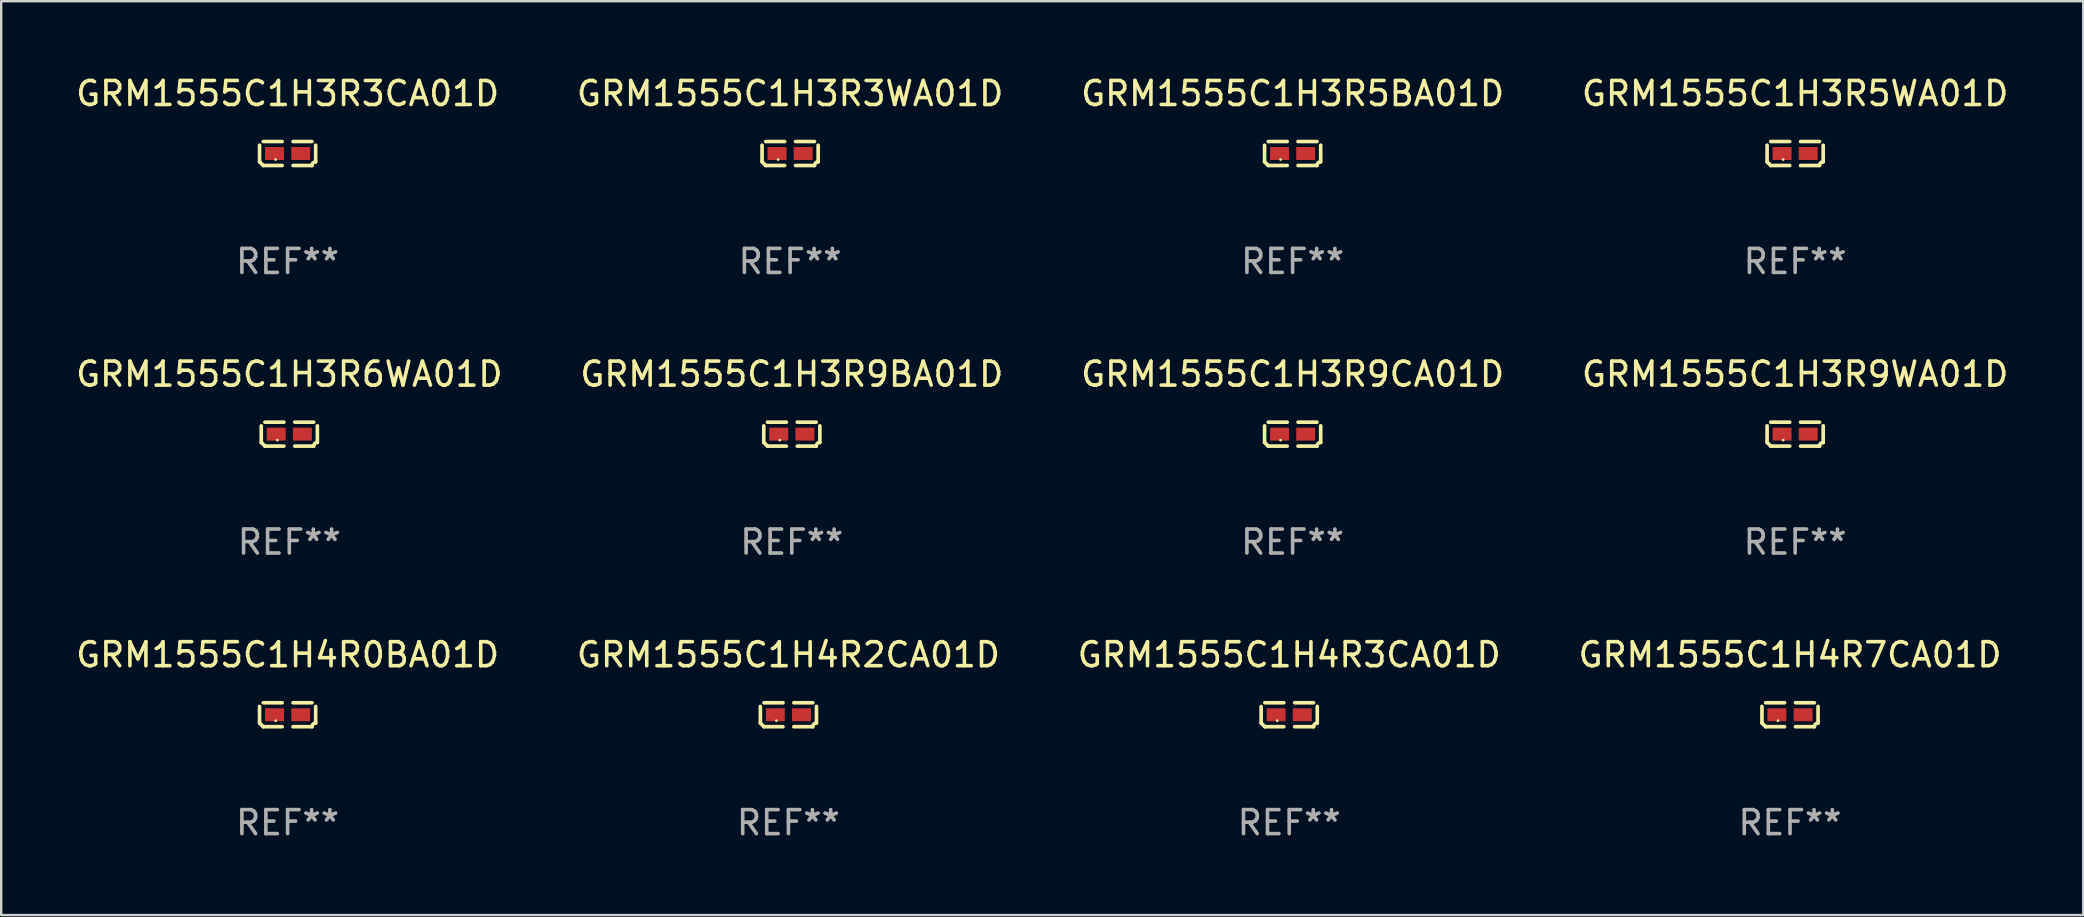
<source format=kicad_pcb>
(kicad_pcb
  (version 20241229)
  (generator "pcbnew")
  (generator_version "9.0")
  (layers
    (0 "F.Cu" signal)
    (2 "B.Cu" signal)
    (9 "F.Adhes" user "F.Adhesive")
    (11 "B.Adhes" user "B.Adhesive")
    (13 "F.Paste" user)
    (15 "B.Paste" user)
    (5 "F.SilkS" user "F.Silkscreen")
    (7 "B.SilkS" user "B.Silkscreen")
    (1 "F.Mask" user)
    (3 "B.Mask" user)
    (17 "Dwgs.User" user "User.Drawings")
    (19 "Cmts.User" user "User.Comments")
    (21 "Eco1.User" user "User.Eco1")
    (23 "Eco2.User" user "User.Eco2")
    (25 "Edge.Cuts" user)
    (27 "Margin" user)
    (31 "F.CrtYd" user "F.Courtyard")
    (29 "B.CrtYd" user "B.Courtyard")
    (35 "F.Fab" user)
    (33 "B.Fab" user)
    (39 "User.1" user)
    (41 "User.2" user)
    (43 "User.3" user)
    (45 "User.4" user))
  (footprint "GRM1555C1H4R7CA01D"
    (layer "F.Cu")
    (at 71.542 26.734)
    (property "Reference" "GRM1555C1H4R7CA01D" (at 0 -2.499 0) (layer "F.SilkS") (effects (font (size 1 1) (thickness 0.15))))
    (attr through_hole)
    (fp_line (start -1.169 0.346) (end -1.169 -0.346) (stroke (width 0.152) (type solid)) (layer "F.SilkS"))
    (fp_line (start -1.016 -0.499) (end -0.226 -0.499) (stroke (width 0.152) (type solid)) (layer "F.SilkS"))
    (fp_line (start -0.226 0.499) (end -1.016 0.499) (stroke (width 0.152) (type solid)) (layer "F.SilkS"))
    (fp_line (start 0.226 0.499) (end 1.016 0.499) (stroke (width 0.152) (type solid)) (layer "F.SilkS"))
    (fp_line (start 1.016 -0.499) (end 0.226 -0.499) (stroke (width 0.152) (type solid)) (layer "F.SilkS"))
    (fp_line (start 1.169 0.346) (end 1.169 -0.346) (stroke (width 0.152) (type solid)) (layer "F.SilkS"))
    (fp_arc (start -1.016307 0.498603) (mid -1.092512 0.422405) (end -1.16871 0.3462) (stroke (width 0.1524) (type solid)) (layer "F.SilkS"))
    (fp_arc (start 1.016307 0.498603) (mid 1.060899 0.390758) (end 1.168707 0.346076) (stroke (width 0.1524) (type solid)) (layer "F.SilkS"))
    (fp_circle (center -0.5 0.25) (end -0.47 0.25) (stroke (width 0.06) (type solid)) (fill no) (layer "F.SilkS"))
    (fp_text user "REF**" (at 0 4.499 0) (layer "F.Fab") (effects (font (size 1 1) (thickness 0.15))))
    (pad "1" smd rect (at -0.545 0) (size 0.79 0.54) (layers "F.Cu" "F.Mask" "F.Paste"))
    (pad "2" smd rect (at 0.545 0) (size 0.79 0.54) (layers "F.Cu" "F.Mask" "F.Paste")))
  (footprint "GRM1555C1H3R5WA01D"
    (layer "F.Cu")
    (at 71.756 3.347)
    (property "Reference" "GRM1555C1H3R5WA01D" (at 0 -2.499 0) (layer "F.SilkS") (effects (font (size 1 1) (thickness 0.15))))
    (attr through_hole)
    (fp_line (start -1.169 0.346) (end -1.169 -0.346) (stroke (width 0.152) (type solid)) (layer "F.SilkS"))
    (fp_line (start -1.016 -0.499) (end -0.226 -0.499) (stroke (width 0.152) (type solid)) (layer "F.SilkS"))
    (fp_line (start -0.226 0.499) (end -1.016 0.499) (stroke (width 0.152) (type solid)) (layer "F.SilkS"))
    (fp_line (start 0.226 0.499) (end 1.016 0.499) (stroke (width 0.152) (type solid)) (layer "F.SilkS"))
    (fp_line (start 1.016 -0.499) (end 0.226 -0.499) (stroke (width 0.152) (type solid)) (layer "F.SilkS"))
    (fp_line (start 1.169 0.346) (end 1.169 -0.346) (stroke (width 0.152) (type solid)) (layer "F.SilkS"))
    (fp_arc (start -1.016307 0.498603) (mid -1.092512 0.422405) (end -1.16871 0.3462) (stroke (width 0.1524) (type solid)) (layer "F.SilkS"))
    (fp_arc (start 1.016307 0.498603) (mid 1.060899 0.390758) (end 1.168707 0.346076) (stroke (width 0.1524) (type solid)) (layer "F.SilkS"))
    (fp_circle (center -0.5 0.25) (end -0.47 0.25) (stroke (width 0.06) (type solid)) (fill no) (layer "F.SilkS"))
    (fp_text user "REF**" (at 0 4.499 0) (layer "F.Fab") (effects (font (size 1 1) (thickness 0.15))))
    (pad "1" smd rect (at -0.545 0) (size 0.79 0.54) (layers "F.Cu" "F.Mask" "F.Paste"))
    (pad "2" smd rect (at 0.545 0) (size 0.79 0.54) (layers "F.Cu" "F.Mask" "F.Paste")))
  (footprint "GRM1555C1H3R9CA01D"
    (layer "F.Cu")
    (at 50.815 15.041)
    (property "Reference" "GRM1555C1H3R9CA01D" (at 0 -2.499 0) (layer "F.SilkS") (effects (font (size 1 1) (thickness 0.15))))
    (attr through_hole)
    (fp_line (start -1.169 0.346) (end -1.169 -0.346) (stroke (width 0.152) (type solid)) (layer "F.SilkS"))
    (fp_line (start -1.016 -0.499) (end -0.226 -0.499) (stroke (width 0.152) (type solid)) (layer "F.SilkS"))
    (fp_line (start -0.226 0.499) (end -1.016 0.499) (stroke (width 0.152) (type solid)) (layer "F.SilkS"))
    (fp_line (start 0.226 0.499) (end 1.016 0.499) (stroke (width 0.152) (type solid)) (layer "F.SilkS"))
    (fp_line (start 1.016 -0.499) (end 0.226 -0.499) (stroke (width 0.152) (type solid)) (layer "F.SilkS"))
    (fp_line (start 1.169 0.346) (end 1.169 -0.346) (stroke (width 0.152) (type solid)) (layer "F.SilkS"))
    (fp_arc (start -1.016307 0.498603) (mid -1.092512 0.422405) (end -1.16871 0.3462) (stroke (width 0.1524) (type solid)) (layer "F.SilkS"))
    (fp_arc (start 1.016307 0.498603) (mid 1.060899 0.390758) (end 1.168707 0.346076) (stroke (width 0.1524) (type solid)) (layer "F.SilkS"))
    (fp_circle (center -0.5 0.25) (end -0.47 0.25) (stroke (width 0.06) (type solid)) (fill no) (layer "F.SilkS"))
    (fp_text user "REF**" (at 0 4.499 0) (layer "F.Fab") (effects (font (size 1 1) (thickness 0.15))))
    (pad "1" smd rect (at -0.545 0) (size 0.79 0.54) (layers "F.Cu" "F.Mask" "F.Paste"))
    (pad "2" smd rect (at 0.545 0) (size 0.79 0.54) (layers "F.Cu" "F.Mask" "F.Paste")))
  (footprint "GRM1555C1H3R9BA01D"
    (layer "F.Cu")
    (at 29.946 15.041)
    (property "Reference" "GRM1555C1H3R9BA01D" (at 0 -2.499 0) (layer "F.SilkS") (effects (font (size 1 1) (thickness 0.15))))
    (attr through_hole)
    (fp_line (start -1.169 0.346) (end -1.169 -0.346) (stroke (width 0.152) (type solid)) (layer "F.SilkS"))
    (fp_line (start -1.016 -0.499) (end -0.226 -0.499) (stroke (width 0.152) (type solid)) (layer "F.SilkS"))
    (fp_line (start -0.226 0.499) (end -1.016 0.499) (stroke (width 0.152) (type solid)) (layer "F.SilkS"))
    (fp_line (start 0.226 0.499) (end 1.016 0.499) (stroke (width 0.152) (type solid)) (layer "F.SilkS"))
    (fp_line (start 1.016 -0.499) (end 0.226 -0.499) (stroke (width 0.152) (type solid)) (layer "F.SilkS"))
    (fp_line (start 1.169 0.346) (end 1.169 -0.346) (stroke (width 0.152) (type solid)) (layer "F.SilkS"))
    (fp_arc (start -1.016307 0.498603) (mid -1.092512 0.422405) (end -1.16871 0.3462) (stroke (width 0.1524) (type solid)) (layer "F.SilkS"))
    (fp_arc (start 1.016307 0.498603) (mid 1.060899 0.390758) (end 1.168707 0.346076) (stroke (width 0.1524) (type solid)) (layer "F.SilkS"))
    (fp_circle (center -0.5 0.25) (end -0.47 0.25) (stroke (width 0.06) (type solid)) (fill no) (layer "F.SilkS"))
    (fp_text user "REF**" (at 0 4.499 0) (layer "F.Fab") (effects (font (size 1 1) (thickness 0.15))))
    (pad "1" smd rect (at -0.545 0) (size 0.79 0.54) (layers "F.Cu" "F.Mask" "F.Paste"))
    (pad "2" smd rect (at 0.545 0) (size 0.79 0.54) (layers "F.Cu" "F.Mask" "F.Paste")))
  (footprint "GRM1555C1H3R3CA01D"
    (layer "F.Cu")
    (at 8.935 3.347)
    (property "Reference" "GRM1555C1H3R3CA01D" (at 0 -2.499 0) (layer "F.SilkS") (effects (font (size 1 1) (thickness 0.15))))
    (attr through_hole)
    (fp_line (start -1.169 0.346) (end -1.169 -0.346) (stroke (width 0.152) (type solid)) (layer "F.SilkS"))
    (fp_line (start -1.016 -0.499) (end -0.226 -0.499) (stroke (width 0.152) (type solid)) (layer "F.SilkS"))
    (fp_line (start -0.226 0.499) (end -1.016 0.499) (stroke (width 0.152) (type solid)) (layer "F.SilkS"))
    (fp_line (start 0.226 0.499) (end 1.016 0.499) (stroke (width 0.152) (type solid)) (layer "F.SilkS"))
    (fp_line (start 1.016 -0.499) (end 0.226 -0.499) (stroke (width 0.152) (type solid)) (layer "F.SilkS"))
    (fp_line (start 1.169 0.346) (end 1.169 -0.346) (stroke (width 0.152) (type solid)) (layer "F.SilkS"))
    (fp_arc (start -1.016307 0.498603) (mid -1.092512 0.422405) (end -1.16871 0.3462) (stroke (width 0.1524) (type solid)) (layer "F.SilkS"))
    (fp_arc (start 1.016307 0.498603) (mid 1.060899 0.390758) (end 1.168707 0.346076) (stroke (width 0.1524) (type solid)) (layer "F.SilkS"))
    (fp_circle (center -0.5 0.25) (end -0.47 0.25) (stroke (width 0.06) (type solid)) (fill no) (layer "F.SilkS"))
    (fp_text user "REF**" (at 0 4.499 0) (layer "F.Fab") (effects (font (size 1 1) (thickness 0.15))))
    (pad "1" smd rect (at -0.545 0) (size 0.79 0.54) (layers "F.Cu" "F.Mask" "F.Paste"))
    (pad "2" smd rect (at 0.545 0) (size 0.79 0.54) (layers "F.Cu" "F.Mask" "F.Paste")))
  (footprint "GRM1555C1H4R2CA01D"
    (layer "F.Cu")
    (at 29.804 26.734)
    (property "Reference" "GRM1555C1H4R2CA01D" (at 0 -2.499 0) (layer "F.SilkS") (effects (font (size 1 1) (thickness 0.15))))
    (attr through_hole)
    (fp_line (start -1.169 0.346) (end -1.169 -0.346) (stroke (width 0.152) (type solid)) (layer "F.SilkS"))
    (fp_line (start -1.016 -0.499) (end -0.226 -0.499) (stroke (width 0.152) (type solid)) (layer "F.SilkS"))
    (fp_line (start -0.226 0.499) (end -1.016 0.499) (stroke (width 0.152) (type solid)) (layer "F.SilkS"))
    (fp_line (start 0.226 0.499) (end 1.016 0.499) (stroke (width 0.152) (type solid)) (layer "F.SilkS"))
    (fp_line (start 1.016 -0.499) (end 0.226 -0.499) (stroke (width 0.152) (type solid)) (layer "F.SilkS"))
    (fp_line (start 1.169 0.346) (end 1.169 -0.346) (stroke (width 0.152) (type solid)) (layer "F.SilkS"))
    (fp_arc (start -1.016307 0.498603) (mid -1.092512 0.422405) (end -1.16871 0.3462) (stroke (width 0.1524) (type solid)) (layer "F.SilkS"))
    (fp_arc (start 1.016307 0.498603) (mid 1.060899 0.390758) (end 1.168707 0.346076) (stroke (width 0.1524) (type solid)) (layer "F.SilkS"))
    (fp_circle (center -0.5 0.25) (end -0.47 0.25) (stroke (width 0.06) (type solid)) (fill no) (layer "F.SilkS"))
    (fp_text user "REF**" (at 0 4.499 0) (layer "F.Fab") (effects (font (size 1 1) (thickness 0.15))))
    (pad "1" smd rect (at -0.545 0) (size 0.79 0.54) (layers "F.Cu" "F.Mask" "F.Paste"))
    (pad "2" smd rect (at 0.545 0) (size 0.79 0.54) (layers "F.Cu" "F.Mask" "F.Paste")))
  (footprint "GRM1555C1H3R5BA01D"
    (layer "F.Cu")
    (at 50.815 3.347)
    (property "Reference" "GRM1555C1H3R5BA01D" (at 0 -2.499 0) (layer "F.SilkS") (effects (font (size 1 1) (thickness 0.15))))
    (attr through_hole)
    (fp_line (start -1.169 0.346) (end -1.169 -0.346) (stroke (width 0.152) (type solid)) (layer "F.SilkS"))
    (fp_line (start -1.016 -0.499) (end -0.226 -0.499) (stroke (width 0.152) (type solid)) (layer "F.SilkS"))
    (fp_line (start -0.226 0.499) (end -1.016 0.499) (stroke (width 0.152) (type solid)) (layer "F.SilkS"))
    (fp_line (start 0.226 0.499) (end 1.016 0.499) (stroke (width 0.152) (type solid)) (layer "F.SilkS"))
    (fp_line (start 1.016 -0.499) (end 0.226 -0.499) (stroke (width 0.152) (type solid)) (layer "F.SilkS"))
    (fp_line (start 1.169 0.346) (end 1.169 -0.346) (stroke (width 0.152) (type solid)) (layer "F.SilkS"))
    (fp_arc (start -1.016307 0.498603) (mid -1.092512 0.422405) (end -1.16871 0.3462) (stroke (width 0.1524) (type solid)) (layer "F.SilkS"))
    (fp_arc (start 1.016307 0.498603) (mid 1.060899 0.390758) (end 1.168707 0.346076) (stroke (width 0.1524) (type solid)) (layer "F.SilkS"))
    (fp_circle (center -0.5 0.25) (end -0.47 0.25) (stroke (width 0.06) (type solid)) (fill no) (layer "F.SilkS"))
    (fp_text user "REF**" (at 0 4.499 0) (layer "F.Fab") (effects (font (size 1 1) (thickness 0.15))))
    (pad "1" smd rect (at -0.545 0) (size 0.79 0.54) (layers "F.Cu" "F.Mask" "F.Paste"))
    (pad "2" smd rect (at 0.545 0) (size 0.79 0.54) (layers "F.Cu" "F.Mask" "F.Paste")))
  (footprint "GRM1555C1H4R3CA01D"
    (layer "F.Cu")
    (at 50.673 26.734)
    (property "Reference" "GRM1555C1H4R3CA01D" (at 0 -2.499 0) (layer "F.SilkS") (effects (font (size 1 1) (thickness 0.15))))
    (attr through_hole)
    (fp_line (start -1.169 0.346) (end -1.169 -0.346) (stroke (width 0.152) (type solid)) (layer "F.SilkS"))
    (fp_line (start -1.016 -0.499) (end -0.226 -0.499) (stroke (width 0.152) (type solid)) (layer "F.SilkS"))
    (fp_line (start -0.226 0.499) (end -1.016 0.499) (stroke (width 0.152) (type solid)) (layer "F.SilkS"))
    (fp_line (start 0.226 0.499) (end 1.016 0.499) (stroke (width 0.152) (type solid)) (layer "F.SilkS"))
    (fp_line (start 1.016 -0.499) (end 0.226 -0.499) (stroke (width 0.152) (type solid)) (layer "F.SilkS"))
    (fp_line (start 1.169 0.346) (end 1.169 -0.346) (stroke (width 0.152) (type solid)) (layer "F.SilkS"))
    (fp_arc (start -1.016307 0.498603) (mid -1.092512 0.422405) (end -1.16871 0.3462) (stroke (width 0.1524) (type solid)) (layer "F.SilkS"))
    (fp_arc (start 1.016307 0.498603) (mid 1.060899 0.390758) (end 1.168707 0.346076) (stroke (width 0.1524) (type solid)) (layer "F.SilkS"))
    (fp_circle (center -0.5 0.25) (end -0.47 0.25) (stroke (width 0.06) (type solid)) (fill no) (layer "F.SilkS"))
    (fp_text user "REF**" (at 0 4.499 0) (layer "F.Fab") (effects (font (size 1 1) (thickness 0.15))))
    (pad "1" smd rect (at -0.545 0) (size 0.79 0.54) (layers "F.Cu" "F.Mask" "F.Paste"))
    (pad "2" smd rect (at 0.545 0) (size 0.79 0.54) (layers "F.Cu" "F.Mask" "F.Paste")))
  (footprint "GRM1555C1H3R6WA01D"
    (layer "F.Cu")
    (at 9.006 15.041)
    (property "Reference" "GRM1555C1H3R6WA01D" (at 0 -2.499 0) (layer "F.SilkS") (effects (font (size 1 1) (thickness 0.15))))
    (attr through_hole)
    (fp_line (start -1.169 0.346) (end -1.169 -0.346) (stroke (width 0.152) (type solid)) (layer "F.SilkS"))
    (fp_line (start -1.016 -0.499) (end -0.226 -0.499) (stroke (width 0.152) (type solid)) (layer "F.SilkS"))
    (fp_line (start -0.226 0.499) (end -1.016 0.499) (stroke (width 0.152) (type solid)) (layer "F.SilkS"))
    (fp_line (start 0.226 0.499) (end 1.016 0.499) (stroke (width 0.152) (type solid)) (layer "F.SilkS"))
    (fp_line (start 1.016 -0.499) (end 0.226 -0.499) (stroke (width 0.152) (type solid)) (layer "F.SilkS"))
    (fp_line (start 1.169 0.346) (end 1.169 -0.346) (stroke (width 0.152) (type solid)) (layer "F.SilkS"))
    (fp_arc (start -1.016307 0.498603) (mid -1.092512 0.422405) (end -1.16871 0.3462) (stroke (width 0.1524) (type solid)) (layer "F.SilkS"))
    (fp_arc (start 1.016307 0.498603) (mid 1.060899 0.390758) (end 1.168707 0.346076) (stroke (width 0.1524) (type solid)) (layer "F.SilkS"))
    (fp_circle (center -0.5 0.25) (end -0.47 0.25) (stroke (width 0.06) (type solid)) (fill no) (layer "F.SilkS"))
    (fp_text user "REF**" (at 0 4.499 0) (layer "F.Fab") (effects (font (size 1 1) (thickness 0.15))))
    (pad "1" smd rect (at -0.545 0) (size 0.79 0.54) (layers "F.Cu" "F.Mask" "F.Paste"))
    (pad "2" smd rect (at 0.545 0) (size 0.79 0.54) (layers "F.Cu" "F.Mask" "F.Paste")))
  (footprint "GRM1555C1H3R3WA01D"
    (layer "F.Cu")
    (at 29.875 3.347)
    (property "Reference" "GRM1555C1H3R3WA01D" (at 0 -2.499 0) (layer "F.SilkS") (effects (font (size 1 1) (thickness 0.15))))
    (attr through_hole)
    (fp_line (start -1.169 0.346) (end -1.169 -0.346) (stroke (width 0.152) (type solid)) (layer "F.SilkS"))
    (fp_line (start -1.016 -0.499) (end -0.226 -0.499) (stroke (width 0.152) (type solid)) (layer "F.SilkS"))
    (fp_line (start -0.226 0.499) (end -1.016 0.499) (stroke (width 0.152) (type solid)) (layer "F.SilkS"))
    (fp_line (start 0.226 0.499) (end 1.016 0.499) (stroke (width 0.152) (type solid)) (layer "F.SilkS"))
    (fp_line (start 1.016 -0.499) (end 0.226 -0.499) (stroke (width 0.152) (type solid)) (layer "F.SilkS"))
    (fp_line (start 1.169 0.346) (end 1.169 -0.346) (stroke (width 0.152) (type solid)) (layer "F.SilkS"))
    (fp_arc (start -1.016307 0.498603) (mid -1.092512 0.422405) (end -1.16871 0.3462) (stroke (width 0.1524) (type solid)) (layer "F.SilkS"))
    (fp_arc (start 1.016307 0.498603) (mid 1.060899 0.390758) (end 1.168707 0.346076) (stroke (width 0.1524) (type solid)) (layer "F.SilkS"))
    (fp_circle (center -0.5 0.25) (end -0.47 0.25) (stroke (width 0.06) (type solid)) (fill no) (layer "F.SilkS"))
    (fp_text user "REF**" (at 0 4.499 0) (layer "F.Fab") (effects (font (size 1 1) (thickness 0.15))))
    (pad "1" smd rect (at -0.545 0) (size 0.79 0.54) (layers "F.Cu" "F.Mask" "F.Paste"))
    (pad "2" smd rect (at 0.545 0) (size 0.79 0.54) (layers "F.Cu" "F.Mask" "F.Paste")))
  (footprint "GRM1555C1H3R9WA01D"
    (layer "F.Cu")
    (at 71.756 15.041)
    (property "Reference" "GRM1555C1H3R9WA01D" (at 0 -2.499 0) (layer "F.SilkS") (effects (font (size 1 1) (thickness 0.15))))
    (attr through_hole)
    (fp_line (start -1.169 0.346) (end -1.169 -0.346) (stroke (width 0.152) (type solid)) (layer "F.SilkS"))
    (fp_line (start -1.016 -0.499) (end -0.226 -0.499) (stroke (width 0.152) (type solid)) (layer "F.SilkS"))
    (fp_line (start -0.226 0.499) (end -1.016 0.499) (stroke (width 0.152) (type solid)) (layer "F.SilkS"))
    (fp_line (start 0.226 0.499) (end 1.016 0.499) (stroke (width 0.152) (type solid)) (layer "F.SilkS"))
    (fp_line (start 1.016 -0.499) (end 0.226 -0.499) (stroke (width 0.152) (type solid)) (layer "F.SilkS"))
    (fp_line (start 1.169 0.346) (end 1.169 -0.346) (stroke (width 0.152) (type solid)) (layer "F.SilkS"))
    (fp_arc (start -1.016307 0.498603) (mid -1.092512 0.422405) (end -1.16871 0.3462) (stroke (width 0.1524) (type solid)) (layer "F.SilkS"))
    (fp_arc (start 1.016307 0.498603) (mid 1.060899 0.390758) (end 1.168707 0.346076) (stroke (width 0.1524) (type solid)) (layer "F.SilkS"))
    (fp_circle (center -0.5 0.25) (end -0.47 0.25) (stroke (width 0.06) (type solid)) (fill no) (layer "F.SilkS"))
    (fp_text user "REF**" (at 0 4.499 0) (layer "F.Fab") (effects (font (size 1 1) (thickness 0.15))))
    (pad "1" smd rect (at -0.545 0) (size 0.79 0.54) (layers "F.Cu" "F.Mask" "F.Paste"))
    (pad "2" smd rect (at 0.545 0) (size 0.79 0.54) (layers "F.Cu" "F.Mask" "F.Paste")))
  (footprint "GRM1555C1H4R0BA01D"
    (layer "F.Cu")
    (at 8.935 26.734)
    (property "Reference" "GRM1555C1H4R0BA01D" (at 0 -2.499 0) (layer "F.SilkS") (effects (font (size 1 1) (thickness 0.15))))
    (attr through_hole)
    (fp_line (start -1.169 0.346) (end -1.169 -0.346) (stroke (width 0.152) (type solid)) (layer "F.SilkS"))
    (fp_line (start -1.016 -0.499) (end -0.226 -0.499) (stroke (width 0.152) (type solid)) (layer "F.SilkS"))
    (fp_line (start -0.226 0.499) (end -1.016 0.499) (stroke (width 0.152) (type solid)) (layer "F.SilkS"))
    (fp_line (start 0.226 0.499) (end 1.016 0.499) (stroke (width 0.152) (type solid)) (layer "F.SilkS"))
    (fp_line (start 1.016 -0.499) (end 0.226 -0.499) (stroke (width 0.152) (type solid)) (layer "F.SilkS"))
    (fp_line (start 1.169 0.346) (end 1.169 -0.346) (stroke (width 0.152) (type solid)) (layer "F.SilkS"))
    (fp_arc (start -1.016307 0.498603) (mid -1.092512 0.422405) (end -1.16871 0.3462) (stroke (width 0.1524) (type solid)) (layer "F.SilkS"))
    (fp_arc (start 1.016307 0.498603) (mid 1.060899 0.390758) (end 1.168707 0.346076) (stroke (width 0.1524) (type solid)) (layer "F.SilkS"))
    (fp_circle (center -0.5 0.25) (end -0.47 0.25) (stroke (width 0.06) (type solid)) (fill no) (layer "F.SilkS"))
    (fp_text user "REF**" (at 0 4.499 0) (layer "F.Fab") (effects (font (size 1 1) (thickness 0.15))))
    (pad "1" smd rect (at -0.545 0) (size 0.79 0.54) (layers "F.Cu" "F.Mask" "F.Paste"))
    (pad "2" smd rect (at 0.545 0) (size 0.79 0.54) (layers "F.Cu" "F.Mask" "F.Paste")))
  (gr_rect
    (start -3 -3)
    (end 83.762 35.081)
    (stroke (width 0.1) (type default))
    (fill no)
    (layer "Edge.Cuts")))
</source>
